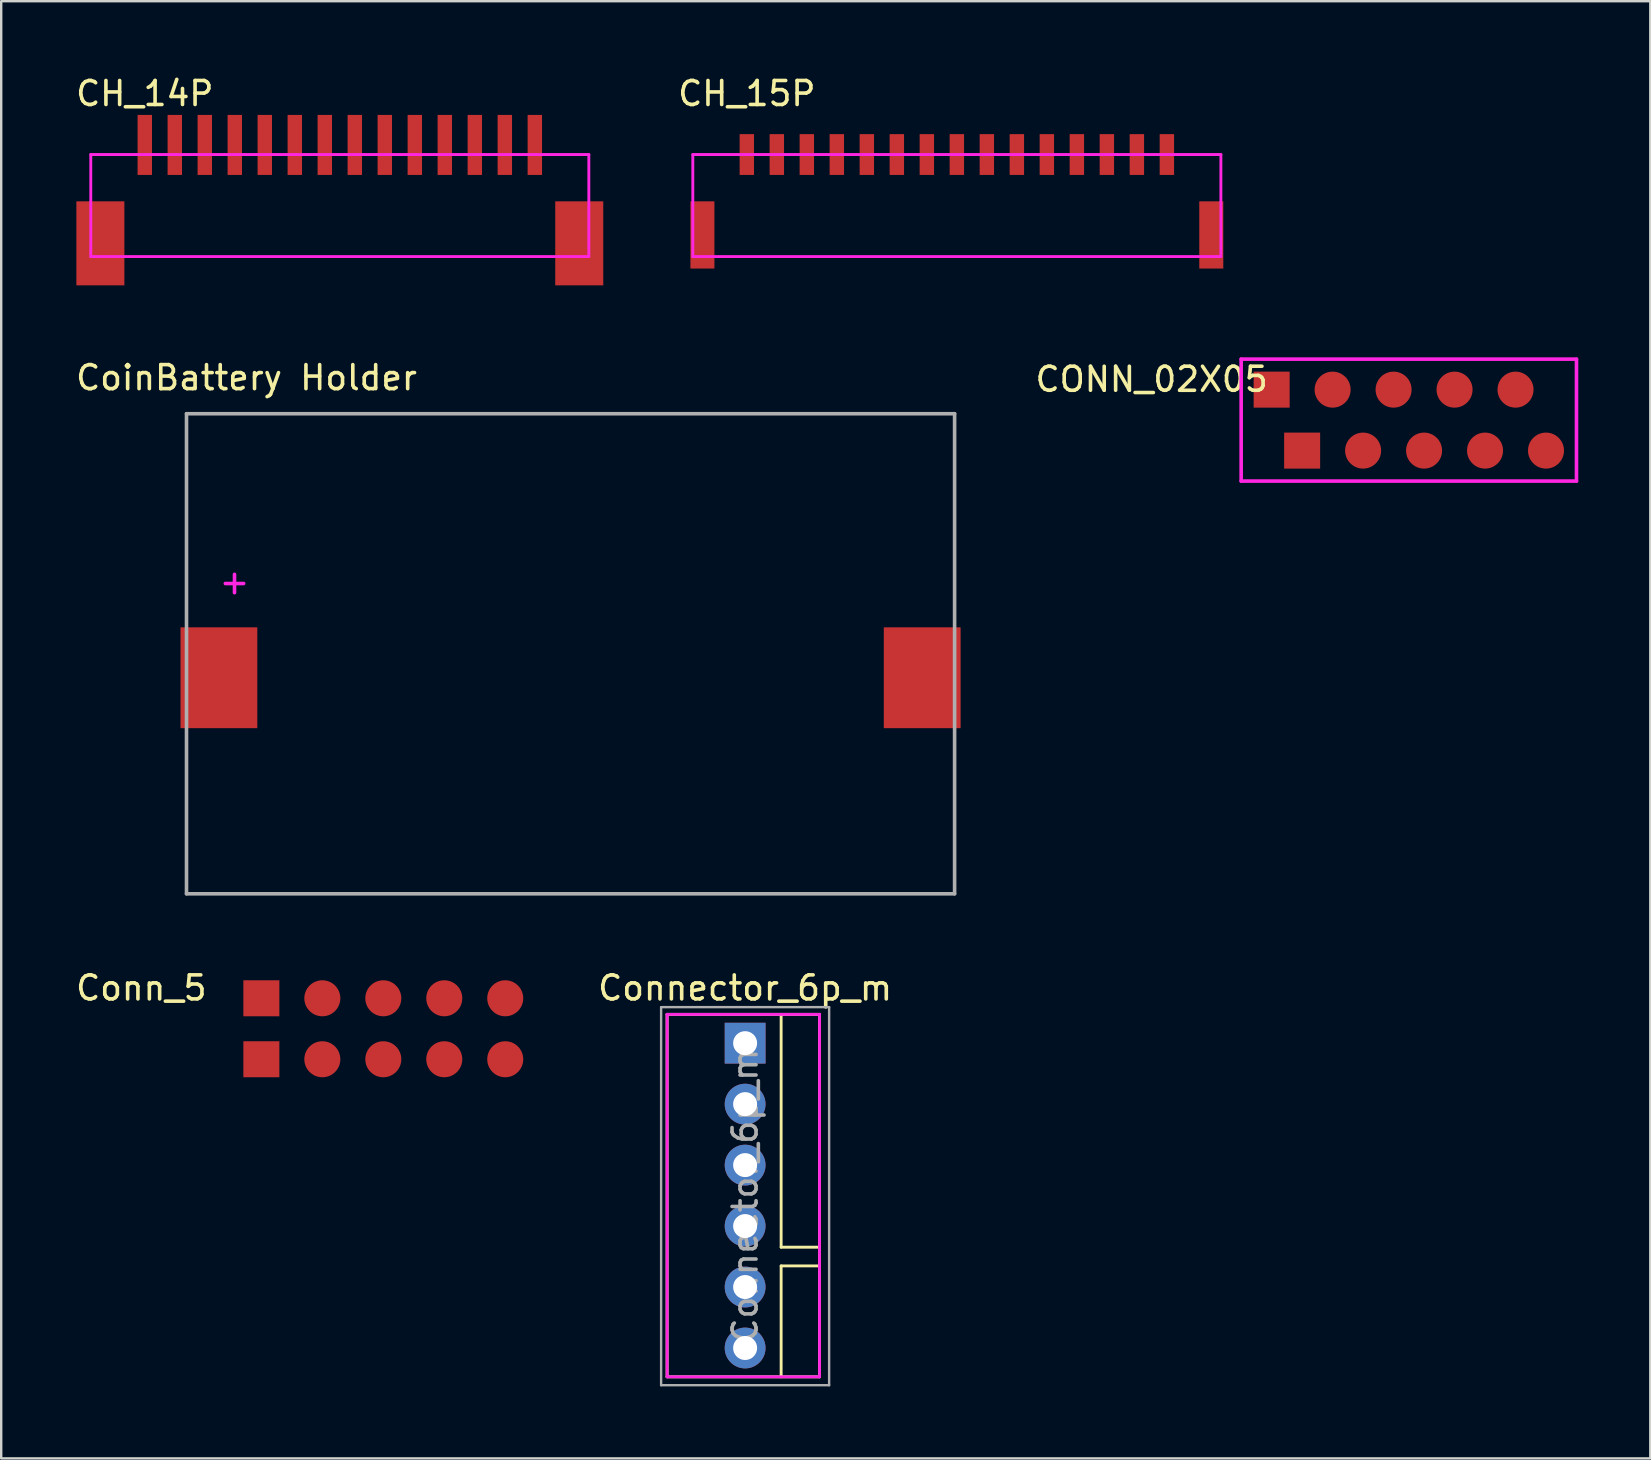
<source format=kicad_pcb>
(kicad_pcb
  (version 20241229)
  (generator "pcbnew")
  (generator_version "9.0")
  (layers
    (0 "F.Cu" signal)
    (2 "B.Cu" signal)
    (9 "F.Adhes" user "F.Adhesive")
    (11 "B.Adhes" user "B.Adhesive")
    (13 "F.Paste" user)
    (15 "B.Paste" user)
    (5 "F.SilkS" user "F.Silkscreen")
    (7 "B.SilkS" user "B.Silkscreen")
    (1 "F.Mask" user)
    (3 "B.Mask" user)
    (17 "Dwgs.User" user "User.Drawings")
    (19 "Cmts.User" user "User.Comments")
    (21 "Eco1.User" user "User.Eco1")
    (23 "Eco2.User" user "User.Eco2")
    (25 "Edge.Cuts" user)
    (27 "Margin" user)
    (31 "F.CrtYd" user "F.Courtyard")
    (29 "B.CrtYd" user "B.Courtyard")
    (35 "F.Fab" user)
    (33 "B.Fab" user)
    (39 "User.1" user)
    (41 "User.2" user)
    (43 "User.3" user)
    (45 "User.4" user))
  (footprint "CH_15P"
    (layer "F.Cu")
    (at 28.064 3.388)
    (property "Reference" "CH_15P" (at 0 -2.54 0) (layer "F.SilkS") (effects (font (size 1 1) (thickness 0.15))))
    (attr through_hole)
    (fp_line (start -2.25 0) (end -2.25 4.25) (stroke (width 0.12) (type solid)) (layer "F.CrtYd"))
    (fp_line (start -2.25 0) (end 19.75 0) (stroke (width 0.12) (type solid)) (layer "F.CrtYd"))
    (fp_line (start 19.75 0) (end 19.75 4.25) (stroke (width 0.12) (type solid)) (layer "F.CrtYd"))
    (fp_line (start 19.75 4.25) (end -2.25 4.25) (stroke (width 0.12) (type solid)) (layer "F.CrtYd"))
    (pad "0" connect rect (at -1.85 3.35) (size 1 2.8) (layers "F.Cu" "F.Mask"))
    (pad "0" connect rect (at 19.35 3.35) (size 1 2.8) (layers "F.Cu" "F.Mask"))
    (pad "1" connect rect (at 0 0) (size 0.6 1.7) (layers "F.Cu" "F.Mask"))
    (pad "2" connect rect (at 1.25 0) (size 0.6 1.7) (layers "F.Cu" "F.Mask"))
    (pad "3" connect rect (at 2.5 0) (size 0.6 1.7) (layers "F.Cu" "F.Mask"))
    (pad "4" connect rect (at 3.75 0) (size 0.6 1.7) (layers "F.Cu" "F.Mask"))
    (pad "5" connect rect (at 5 0) (size 0.6 1.7) (layers "F.Cu" "F.Mask"))
    (pad "6" connect rect (at 6.25 0) (size 0.6 1.7) (layers "F.Cu" "F.Mask"))
    (pad "7" connect rect (at 7.5 0) (size 0.6 1.7) (layers "F.Cu" "F.Mask"))
    (pad "8" connect rect (at 8.75 0) (size 0.6 1.7) (layers "F.Cu" "F.Mask"))
    (pad "9" connect rect (at 10 0) (size 0.6 1.7) (layers "F.Cu" "F.Mask"))
    (pad "10" connect rect (at 11.25 0) (size 0.6 1.7) (layers "F.Cu" "F.Mask"))
    (pad "11" connect rect (at 12.5 0) (size 0.6 1.7) (layers "F.Cu" "F.Mask"))
    (pad "12" connect rect (at 13.75 0) (size 0.6 1.7) (layers "F.Cu" "F.Mask"))
    (pad "13" connect rect (at 15 0) (size 0.6 1.7) (layers "F.Cu" "F.Mask"))
    (pad "14" connect rect (at 16.25 0) (size 0.6 1.7) (layers "F.Cu" "F.Mask"))
    (pad "15" connect rect (at 17.5 0) (size 0.6 1.7) (layers "F.Cu" "F.Mask")))
  (footprint "CONN_02X05"
    (layer "F.Cu")
    (at 49.929 14.453)
    (property "Reference" "CONN_02X05" (at -5 -1.7 0) (layer "F.SilkS") (effects (font (size 1 1) (thickness 0.15))))
    (attr through_hole)
    (fp_line (start -1.27 2.54) (end -1.27 -2.54) (stroke (width 0.15) (type solid)) (layer "F.CrtYd"))
    (fp_line (start 12.7 -2.54) (end -1.27 -2.54) (stroke (width 0.15) (type solid)) (layer "F.CrtYd"))
    (fp_line (start 12.7 -2.54) (end 12.7 2.54) (stroke (width 0.15) (type solid)) (layer "F.CrtYd"))
    (fp_line (start 12.7 2.54) (end -1.27 2.54) (stroke (width 0.15) (type solid)) (layer "F.CrtYd"))
    (pad "1" connect rect (at 1.27 1.27) (size 1.5 1.5) (layers "F.Cu" "F.Mask"))
    (pad "2" connect rect (at 0 -1.27) (size 1.5 1.5) (layers "F.Cu" "F.Mask"))
    (pad "2" connect circle (at 3.81 1.27) (size 1.5 1.5) (layers "F.Cu" "F.Mask"))
    (pad "3" connect circle (at 2.54 -1.27) (size 1.5 1.5) (layers "F.Cu" "F.Mask"))
    (pad "3" connect circle (at 6.35 1.27) (size 1.5 1.5) (layers "F.Cu" "F.Mask"))
    (pad "4" connect circle (at 8.89 1.27) (size 1.5 1.5) (layers "F.Cu" "F.Mask"))
    (pad "5" connect circle (at 11.43 1.27) (size 1.5 1.5) (layers "F.Cu" "F.Mask"))
    (pad "6" connect circle (at 5.08 -1.27) (size 1.5 1.5) (layers "F.Cu" "F.Mask"))
    (pad "7" connect circle (at 7.62 -1.27) (size 1.5 1.5) (layers "F.Cu" "F.Mask"))
    (pad "8" connect circle (at 10.16 -1.27) (size 1.5 1.5) (layers "F.Cu" "F.Mask")))
  (footprint "Conn_5"
    (layer "F.Cu")
    (at 7.839 39.81)
    (property "Reference" "Conn_5" (at -5 -1.7 0) (layer "F.SilkS") (effects (font (size 1 1) (thickness 0.15))))
    (attr through_hole)
    (pad "1" connect rect (at 0 -1.27) (size 1.5 1.5) (layers "F.Cu" "F.Mask"))
    (pad "1" connect rect (at 0 1.27) (size 1.5 1.5) (layers "F.Cu" "F.Mask"))
    (pad "1" connect circle (at 2.54 -1.27) (size 1.5 1.5) (layers "F.Cu" "F.Mask"))
    (pad "1" connect circle (at 2.54 1.27) (size 1.5 1.5) (layers "F.Cu" "F.Mask"))
    (pad "1" connect circle (at 5.08 -1.27) (size 1.5 1.5) (layers "F.Cu" "F.Mask"))
    (pad "1" connect circle (at 5.08 1.27) (size 1.5 1.5) (layers "F.Cu" "F.Mask"))
    (pad "1" connect circle (at 7.62 -1.27) (size 1.5 1.5) (layers "F.Cu" "F.Mask"))
    (pad "1" connect circle (at 7.62 1.27) (size 1.5 1.5) (layers "F.Cu" "F.Mask"))
    (pad "1" connect circle (at 10.16 -1.27) (size 1.5 1.5) (layers "F.Cu" "F.Mask"))
    (pad "1" connect circle (at 10.16 1.27) (size 1.5 1.5) (layers "F.Cu" "F.Mask")))
  (footprint "CoinBattery Holder"
    (layer "F.Cu")
    (at 20.72 25.186)
    (property "Reference" "CoinBattery Holder" (at -13.5 -12.5 0) (layer "F.SilkS") (effects (font (size 1 1) (thickness 0.15))))
    (attr through_hole)
    (fp_line (start -16 -11) (end -16 9) (stroke (width 0.15) (type solid)) (layer "F.Fab"))
    (fp_line (start -16 9) (end 16 9) (stroke (width 0.15) (type solid)) (layer "F.Fab"))
    (fp_line (start 16 -11) (end -16 -11) (stroke (width 0.15) (type solid)) (layer "F.Fab"))
    (fp_line (start 16 9) (end 16 -11) (stroke (width 0.15) (type solid)) (layer "F.Fab"))
    (fp_text user "+" (at -14 -4 0) (layer "F.CrtYd") (effects (font (size 1 1) (thickness 0.15))))
    (pad "1" smd rect (at -14.65 0) (size 3.2 4.2) (layers "F.Cu" "F.Mask" "F.Paste"))
    (pad "2" smd rect (at 14.65 0) (size 3.2 4.2) (layers "F.Cu" "F.Mask" "F.Paste")))
  (footprint "Connector_6p_m"
    (layer "F.Cu")
    (at 27.993 40.41)
    (property "Reference" "Connector_6p_m" (at 0 -2.3 0) (layer "F.SilkS") (effects (font (size 1 1) (thickness 0.15))))
    (attr through_hole)
    (fp_line (start -3.25 -1.2) (end 3.1 -1.2) (stroke (width 0.12) (type solid)) (layer "F.SilkS"))
    (fp_line (start -3.25 13.9) (end -3.25 -1.2) (stroke (width 0.12) (type solid)) (layer "F.SilkS"))
    (fp_line (start -3.25 13.9) (end 3.1 13.9) (stroke (width 0.12) (type solid)) (layer "F.SilkS"))
    (fp_line (start 1.5 -1.2) (end 1.5 8.5) (stroke (width 0.12) (type solid)) (layer "F.SilkS"))
    (fp_line (start 1.5 8.5) (end 3.1 8.5) (stroke (width 0.12) (type solid)) (layer "F.SilkS"))
    (fp_line (start 1.5 9.28) (end 1.5 13.9) (stroke (width 0.12) (type solid)) (layer "F.SilkS"))
    (fp_line (start 1.5 9.28) (end 3.1 9.28) (stroke (width 0.12) (type solid)) (layer "F.SilkS"))
    (fp_line (start 3.1 -1.2) (end 3.1 13.9) (stroke (width 0.12) (type solid)) (layer "F.SilkS"))
    (fp_line (start -3.25 -1.2) (end 3.1 -1.2) (stroke (width 0.12) (type solid)) (layer "F.CrtYd"))
    (fp_line (start -3.25 13.9) (end -3.25 -1.2) (stroke (width 0.12) (type solid)) (layer "F.CrtYd"))
    (fp_line (start -3.25 13.9) (end 3.1 13.9) (stroke (width 0.12) (type solid)) (layer "F.CrtYd"))
    (fp_line (start 3.1 -1.2) (end 3.1 13.9) (stroke (width 0.12) (type solid)) (layer "F.CrtYd"))
    (fp_line (start -3.5 -1.5) (end 3.5 -1.5) (stroke (width 0.1) (type solid)) (layer "F.Fab"))
    (fp_line (start -3.5 14.25) (end -3.5 -1.5) (stroke (width 0.1) (type solid)) (layer "F.Fab"))
    (fp_line (start 3.5 -1.5) (end 3.5 14.25) (stroke (width 0.1) (type solid)) (layer "F.Fab"))
    (fp_line (start 3.5 14.25) (end -3.5 14.25) (stroke (width 0.1) (type solid)) (layer "F.Fab"))
    (fp_text user "${REFERENCE}" (at 0 6.35 90) (layer "F.Fab") (effects (font (size 1 1) (thickness 0.15))))
    (pad "1" thru_hole rect (at 0 0) (size 1.7 1.7) (drill 1) (layers "*.Cu" "*.Mask"))
    (pad "2" thru_hole oval (at 0 2.54) (size 1.7 1.7) (drill 1) (layers "*.Cu" "*.Mask"))
    (pad "3" thru_hole oval (at 0 5.08) (size 1.7 1.7) (drill 1) (layers "*.Cu" "*.Mask"))
    (pad "4" thru_hole oval (at 0 7.62) (size 1.7 1.7) (drill 1) (layers "*.Cu" "*.Mask"))
    (pad "5" thru_hole oval (at 0 10.16) (size 1.7 1.7) (drill 1) (layers "*.Cu" "*.Mask"))
    (pad "6" thru_hole oval (at 0 12.7) (size 1.7 1.7) (drill 1) (layers "*.Cu" "*.Mask")))
  (footprint "CH_14P"
    (layer "F.Cu")
    (at 2.982 3.388)
    (property "Reference" "CH_14P" (at 0 -2.54 0) (layer "F.SilkS") (effects (font (size 1 1) (thickness 0.15))))
    (attr through_hole)
    (fp_line (start -2.25 0) (end -2.25 4.25) (stroke (width 0.12) (type solid)) (layer "F.CrtYd"))
    (fp_line (start -2.25 0) (end 18.5 0) (stroke (width 0.12) (type solid)) (layer "F.CrtYd"))
    (fp_line (start 18.5 0) (end 18.5 4.25) (stroke (width 0.12) (type solid)) (layer "F.CrtYd"))
    (fp_line (start 18.5 4.25) (end -2.25 4.25) (stroke (width 0.12) (type solid)) (layer "F.CrtYd"))
    (pad "0" connect rect (at -1.85 3.7) (size 2 3.5) (layers "F.Cu" "F.Mask"))
    (pad "0" connect rect (at 18.1 3.7) (size 2 3.5) (layers "F.Cu" "F.Mask"))
    (pad "1" connect rect (at 0 -0.4) (size 0.6 2.5) (layers "F.Cu" "F.Mask"))
    (pad "2" connect rect (at 1.25 -0.4) (size 0.6 2.5) (layers "F.Cu" "F.Mask"))
    (pad "3" connect rect (at 2.5 -0.4) (size 0.6 2.5) (layers "F.Cu" "F.Mask"))
    (pad "4" connect rect (at 3.75 -0.4) (size 0.6 2.5) (layers "F.Cu" "F.Mask"))
    (pad "5" connect rect (at 5 -0.4) (size 0.6 2.5) (layers "F.Cu" "F.Mask"))
    (pad "6" connect rect (at 6.25 -0.4) (size 0.6 2.5) (layers "F.Cu" "F.Mask"))
    (pad "7" connect rect (at 7.5 -0.4) (size 0.6 2.5) (layers "F.Cu" "F.Mask"))
    (pad "8" connect rect (at 8.75 -0.4) (size 0.6 2.5) (layers "F.Cu" "F.Mask"))
    (pad "9" connect rect (at 10 -0.4) (size 0.6 2.5) (layers "F.Cu" "F.Mask"))
    (pad "10" connect rect (at 11.25 -0.4) (size 0.6 2.5) (layers "F.Cu" "F.Mask"))
    (pad "11" connect rect (at 12.5 -0.4) (size 0.6 2.5) (layers "F.Cu" "F.Mask"))
    (pad "12" connect rect (at 13.75 -0.4) (size 0.6 2.5) (layers "F.Cu" "F.Mask"))
    (pad "13" connect rect (at 15 -0.4) (size 0.6 2.5) (layers "F.Cu" "F.Mask"))
    (pad "14" connect rect (at 16.25 -0.4) (size 0.6 2.5) (layers "F.Cu" "F.Mask")))
  (gr_rect
    (start -3 -3)
    (end 65.704 57.71)
    (stroke (width 0.1) (type default))
    (fill no)
    (layer "Edge.Cuts")))
</source>
